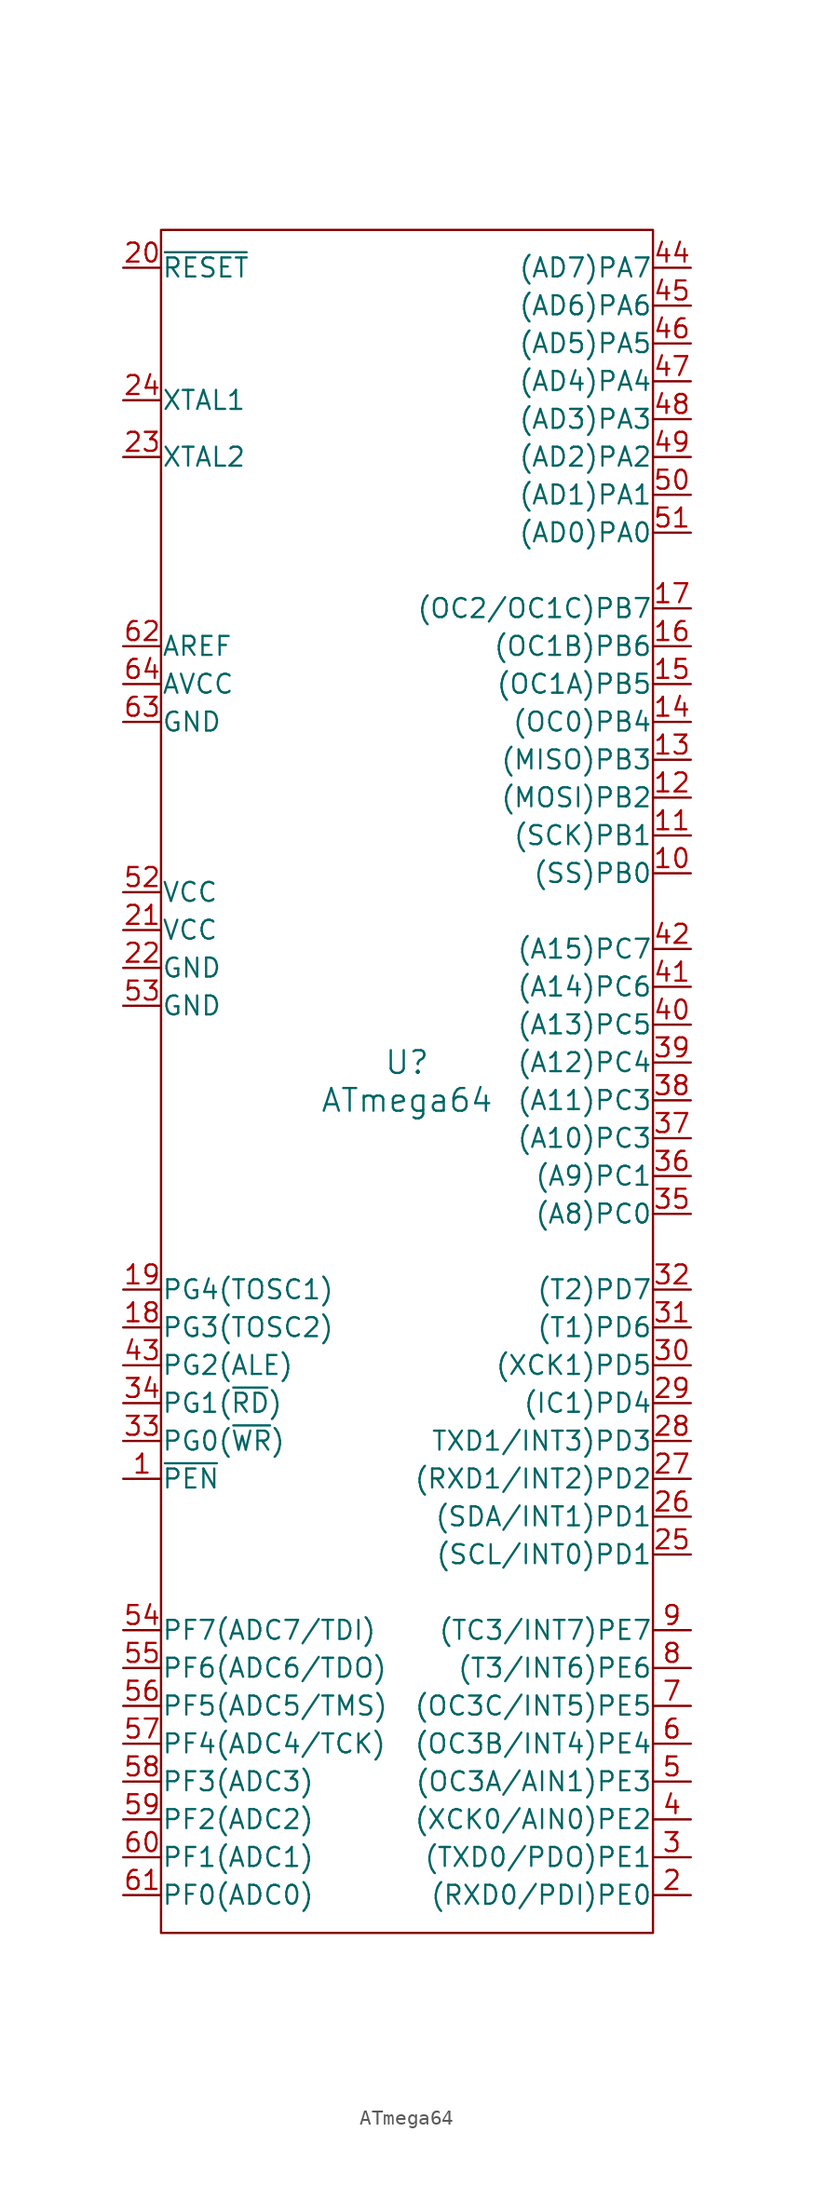
<source format=kicad_sym>
(kicad_symbol_lib
  (version 20211014)
  (generator kicad_symbol_editor)
  (symbol "ATmega64"
    (pin_names
      (offset 0.025))
    (property "Reference" "U"
      (at 0 1.27 0)
      (effects (font (size 1.524 1.524))))
    (property "Value" "ATmega64"
      (at 0 -1.27 0)
      (effects (font (size 1.524 1.524))))
    (symbol "ATmega64_0_1"
      (rectangle (start -16.51 57.15) (end 16.51 -57.15) (stroke (width 0) (type default) (color 0 0 0 0)) (fill (type none))))
    (symbol "ATmega64_1_1"
      (pin bidirectional line (at -19.05 -26.67 0) (length 2.54) (name "~{PEN}" (effects (font (size 1.27 1.27)))) (number "1" (effects (font (size 1.27 1.27)))))
      (pin bidirectional line (at 19.05 13.97 180) (length 2.54) (name "(SS)PB0" (effects (font (size 1.27 1.27)))) (number "10" (effects (font (size 1.27 1.27)))))
      (pin bidirectional line (at 19.05 16.51 180) (length 2.54) (name "(SCK)PB1" (effects (font (size 1.27 1.27)))) (number "11" (effects (font (size 1.27 1.27)))))
      (pin bidirectional line (at 19.05 19.05 180) (length 2.54) (name "(MOSI)PB2" (effects (font (size 1.27 1.27)))) (number "12" (effects (font (size 1.27 1.27)))))
      (pin bidirectional line (at 19.05 21.59 180) (length 2.54) (name "(MISO)PB3" (effects (font (size 1.27 1.27)))) (number "13" (effects (font (size 1.27 1.27)))))
      (pin bidirectional line (at 19.05 24.13 180) (length 2.54) (name "(OC0)PB4" (effects (font (size 1.27 1.27)))) (number "14" (effects (font (size 1.27 1.27)))))
      (pin bidirectional line (at 19.05 26.67 180) (length 2.54) (name "(OC1A)PB5" (effects (font (size 1.27 1.27)))) (number "15" (effects (font (size 1.27 1.27)))))
      (pin bidirectional line (at 19.05 29.21 180) (length 2.54) (name "(OC1B)PB6" (effects (font (size 1.27 1.27)))) (number "16" (effects (font (size 1.27 1.27)))))
      (pin bidirectional line (at 19.05 31.75 180) (length 2.54) (name "(OC2/OC1C)PB7" (effects (font (size 1.27 1.27)))) (number "17" (effects (font (size 1.27 1.27)))))
      (pin bidirectional line (at -19.05 -16.51 0) (length 2.54) (name "PG3(TOSC2)" (effects (font (size 1.27 1.27)))) (number "18" (effects (font (size 1.27 1.27)))))
      (pin bidirectional line (at -19.05 -13.97 0) (length 2.54) (name "PG4(TOSC1)" (effects (font (size 1.27 1.27)))) (number "19" (effects (font (size 1.27 1.27)))))
      (pin bidirectional line (at 19.05 -54.61 180) (length 2.54) (name "(RXD0/PDI)PE0" (effects (font (size 1.27 1.27)))) (number "2" (effects (font (size 1.27 1.27)))))
      (pin input line (at -19.05 54.61 0) (length 2.54) (name "~{RESET}" (effects (font (size 1.27 1.27)))) (number "20" (effects (font (size 1.27 1.27)))))
      (pin power_in line (at -19.05 10.16 0) (length 2.54) (name "VCC" (effects (font (size 1.27 1.27)))) (number "21" (effects (font (size 1.27 1.27)))))
      (pin power_in line (at -19.05 7.62 0) (length 2.54) (name "GND" (effects (font (size 1.27 1.27)))) (number "22" (effects (font (size 1.27 1.27)))))
      (pin input line (at -19.05 41.91 0) (length 2.54) (name "XTAL2" (effects (font (size 1.27 1.27)))) (number "23" (effects (font (size 1.27 1.27)))))
      (pin input line (at -19.05 45.72 0) (length 2.54) (name "XTAL1" (effects (font (size 1.27 1.27)))) (number "24" (effects (font (size 1.27 1.27)))))
      (pin bidirectional line (at 19.05 -31.75 180) (length 2.54) (name "(SCL/INT0)PD1" (effects (font (size 1.27 1.27)))) (number "25" (effects (font (size 1.27 1.27)))))
      (pin bidirectional line (at 19.05 -29.21 180) (length 2.54) (name "(SDA/INT1)PD1" (effects (font (size 1.27 1.27)))) (number "26" (effects (font (size 1.27 1.27)))))
      (pin bidirectional line (at 19.05 -26.67 180) (length 2.54) (name "(RXD1/INT2)PD2" (effects (font (size 1.27 1.27)))) (number "27" (effects (font (size 1.27 1.27)))))
      (pin bidirectional line (at 19.05 -24.13 180) (length 2.54) (name "TXD1/INT3)PD3" (effects (font (size 1.27 1.27)))) (number "28" (effects (font (size 1.27 1.27)))))
      (pin bidirectional line (at 19.05 -21.59 180) (length 2.54) (name "(IC1)PD4" (effects (font (size 1.27 1.27)))) (number "29" (effects (font (size 1.27 1.27)))))
      (pin bidirectional line (at 19.05 -52.07 180) (length 2.54) (name "(TXD0/PDO)PE1" (effects (font (size 1.27 1.27)))) (number "3" (effects (font (size 1.27 1.27)))))
      (pin bidirectional line (at 19.05 -19.05 180) (length 2.54) (name "(XCK1)PD5" (effects (font (size 1.27 1.27)))) (number "30" (effects (font (size 1.27 1.27)))))
      (pin bidirectional line (at 19.05 -16.51 180) (length 2.54) (name "(T1)PD6" (effects (font (size 1.27 1.27)))) (number "31" (effects (font (size 1.27 1.27)))))
      (pin bidirectional line (at 19.05 -13.97 180) (length 2.54) (name "(T2)PD7" (effects (font (size 1.27 1.27)))) (number "32" (effects (font (size 1.27 1.27)))))
      (pin bidirectional line (at -19.05 -24.13 0) (length 2.54) (name "PG0(~{WR})" (effects (font (size 1.27 1.27)))) (number "33" (effects (font (size 1.27 1.27)))))
      (pin bidirectional line (at -19.05 -21.59 0) (length 2.54) (name "PG1(~{RD})" (effects (font (size 1.27 1.27)))) (number "34" (effects (font (size 1.27 1.27)))))
      (pin bidirectional line (at 19.05 -8.89 180) (length 2.54) (name "(A8)PC0" (effects (font (size 1.27 1.27)))) (number "35" (effects (font (size 1.27 1.27)))))
      (pin bidirectional line (at 19.05 -6.35 180) (length 2.54) (name "(A9)PC1" (effects (font (size 1.27 1.27)))) (number "36" (effects (font (size 1.27 1.27)))))
      (pin bidirectional line (at 19.05 -3.81 180) (length 2.54) (name "(A10)PC3" (effects (font (size 1.27 1.27)))) (number "37" (effects (font (size 1.27 1.27)))))
      (pin bidirectional line (at 19.05 -1.27 180) (length 2.54) (name "(A11)PC3" (effects (font (size 1.27 1.27)))) (number "38" (effects (font (size 1.27 1.27)))))
      (pin bidirectional line (at 19.05 1.27 180) (length 2.54) (name "(A12)PC4" (effects (font (size 1.27 1.27)))) (number "39" (effects (font (size 1.27 1.27)))))
      (pin bidirectional line (at 19.05 -49.53 180) (length 2.54) (name "(XCK0/AIN0)PE2" (effects (font (size 1.27 1.27)))) (number "4" (effects (font (size 1.27 1.27)))))
      (pin bidirectional line (at 19.05 3.81 180) (length 2.54) (name "(A13)PC5" (effects (font (size 1.27 1.27)))) (number "40" (effects (font (size 1.27 1.27)))))
      (pin bidirectional line (at 19.05 6.35 180) (length 2.54) (name "(A14)PC6" (effects (font (size 1.27 1.27)))) (number "41" (effects (font (size 1.27 1.27)))))
      (pin bidirectional line (at 19.05 8.89 180) (length 2.54) (name "(A15)PC7" (effects (font (size 1.27 1.27)))) (number "42" (effects (font (size 1.27 1.27)))))
      (pin bidirectional line (at -19.05 -19.05 0) (length 2.54) (name "PG2(ALE)" (effects (font (size 1.27 1.27)))) (number "43" (effects (font (size 1.27 1.27)))))
      (pin bidirectional line (at 19.05 54.61 180) (length 2.54) (name "(AD7)PA7" (effects (font (size 1.27 1.27)))) (number "44" (effects (font (size 1.27 1.27)))))
      (pin bidirectional line (at 19.05 52.07 180) (length 2.54) (name "(AD6)PA6" (effects (font (size 1.27 1.27)))) (number "45" (effects (font (size 1.27 1.27)))))
      (pin bidirectional line (at 19.05 49.53 180) (length 2.54) (name "(AD5)PA5" (effects (font (size 1.27 1.27)))) (number "46" (effects (font (size 1.27 1.27)))))
      (pin bidirectional line (at 19.05 46.99 180) (length 2.54) (name "(AD4)PA4" (effects (font (size 1.27 1.27)))) (number "47" (effects (font (size 1.27 1.27)))))
      (pin bidirectional line (at 19.05 44.45 180) (length 2.54) (name "(AD3)PA3" (effects (font (size 1.27 1.27)))) (number "48" (effects (font (size 1.27 1.27)))))
      (pin bidirectional line (at 19.05 41.91 180) (length 2.54) (name "(AD2)PA2" (effects (font (size 1.27 1.27)))) (number "49" (effects (font (size 1.27 1.27)))))
      (pin bidirectional line (at 19.05 -46.99 180) (length 2.54) (name "(OC3A/AIN1)PE3" (effects (font (size 1.27 1.27)))) (number "5" (effects (font (size 1.27 1.27)))))
      (pin bidirectional line (at 19.05 39.37 180) (length 2.54) (name "(AD1)PA1" (effects (font (size 1.27 1.27)))) (number "50" (effects (font (size 1.27 1.27)))))
      (pin bidirectional line (at 19.05 36.83 180) (length 2.54) (name "(AD0)PA0" (effects (font (size 1.27 1.27)))) (number "51" (effects (font (size 1.27 1.27)))))
      (pin power_in line (at -19.05 12.7 0) (length 2.54) (name "VCC" (effects (font (size 1.27 1.27)))) (number "52" (effects (font (size 1.27 1.27)))))
      (pin power_in line (at -19.05 5.08 0) (length 2.54) (name "GND" (effects (font (size 1.27 1.27)))) (number "53" (effects (font (size 1.27 1.27)))))
      (pin bidirectional line (at -19.05 -36.83 0) (length 2.54) (name "PF7(ADC7/TDI)" (effects (font (size 1.27 1.27)))) (number "54" (effects (font (size 1.27 1.27)))))
      (pin bidirectional line (at -19.05 -39.37 0) (length 2.54) (name "PF6(ADC6/TDO)" (effects (font (size 1.27 1.27)))) (number "55" (effects (font (size 1.27 1.27)))))
      (pin bidirectional line (at -19.05 -41.91 0) (length 2.54) (name "PF5(ADC5/TMS)" (effects (font (size 1.27 1.27)))) (number "56" (effects (font (size 1.27 1.27)))))
      (pin bidirectional line (at -19.05 -44.45 0) (length 2.54) (name "PF4(ADC4/TCK)" (effects (font (size 1.27 1.27)))) (number "57" (effects (font (size 1.27 1.27)))))
      (pin bidirectional line (at -19.05 -46.99 0) (length 2.54) (name "PF3(ADC3)" (effects (font (size 1.27 1.27)))) (number "58" (effects (font (size 1.27 1.27)))))
      (pin bidirectional line (at -19.05 -49.53 0) (length 2.54) (name "PF2(ADC2)" (effects (font (size 1.27 1.27)))) (number "59" (effects (font (size 1.27 1.27)))))
      (pin bidirectional line (at 19.05 -44.45 180) (length 2.54) (name "(OC3B/INT4)PE4" (effects (font (size 1.27 1.27)))) (number "6" (effects (font (size 1.27 1.27)))))
      (pin bidirectional line (at -19.05 -52.07 0) (length 2.54) (name "PF1(ADC1)" (effects (font (size 1.27 1.27)))) (number "60" (effects (font (size 1.27 1.27)))))
      (pin bidirectional line (at -19.05 -54.61 0) (length 2.54) (name "PF0(ADC0)" (effects (font (size 1.27 1.27)))) (number "61" (effects (font (size 1.27 1.27)))))
      (pin input line (at -19.05 29.21 0) (length 2.54) (name "AREF" (effects (font (size 1.27 1.27)))) (number "62" (effects (font (size 1.27 1.27)))))
      (pin power_in line (at -19.05 24.13 0) (length 2.54) (name "GND" (effects (font (size 1.27 1.27)))) (number "63" (effects (font (size 1.27 1.27)))))
      (pin power_in line (at -19.05 26.67 0) (length 2.54) (name "AVCC" (effects (font (size 1.27 1.27)))) (number "64" (effects (font (size 1.27 1.27)))))
      (pin bidirectional line (at 19.05 -41.91 180) (length 2.54) (name "(OC3C/INT5)PE5" (effects (font (size 1.27 1.27)))) (number "7" (effects (font (size 1.27 1.27)))))
      (pin bidirectional line (at 19.05 -39.37 180) (length 2.54) (name "(T3/INT6)PE6" (effects (font (size 1.27 1.27)))) (number "8" (effects (font (size 1.27 1.27)))))
      (pin bidirectional line (at 19.05 -36.83 180) (length 2.54) (name "(TC3/INT7)PE7" (effects (font (size 1.27 1.27)))) (number "9" (effects (font (size 1.27 1.27))))))))
</source>
